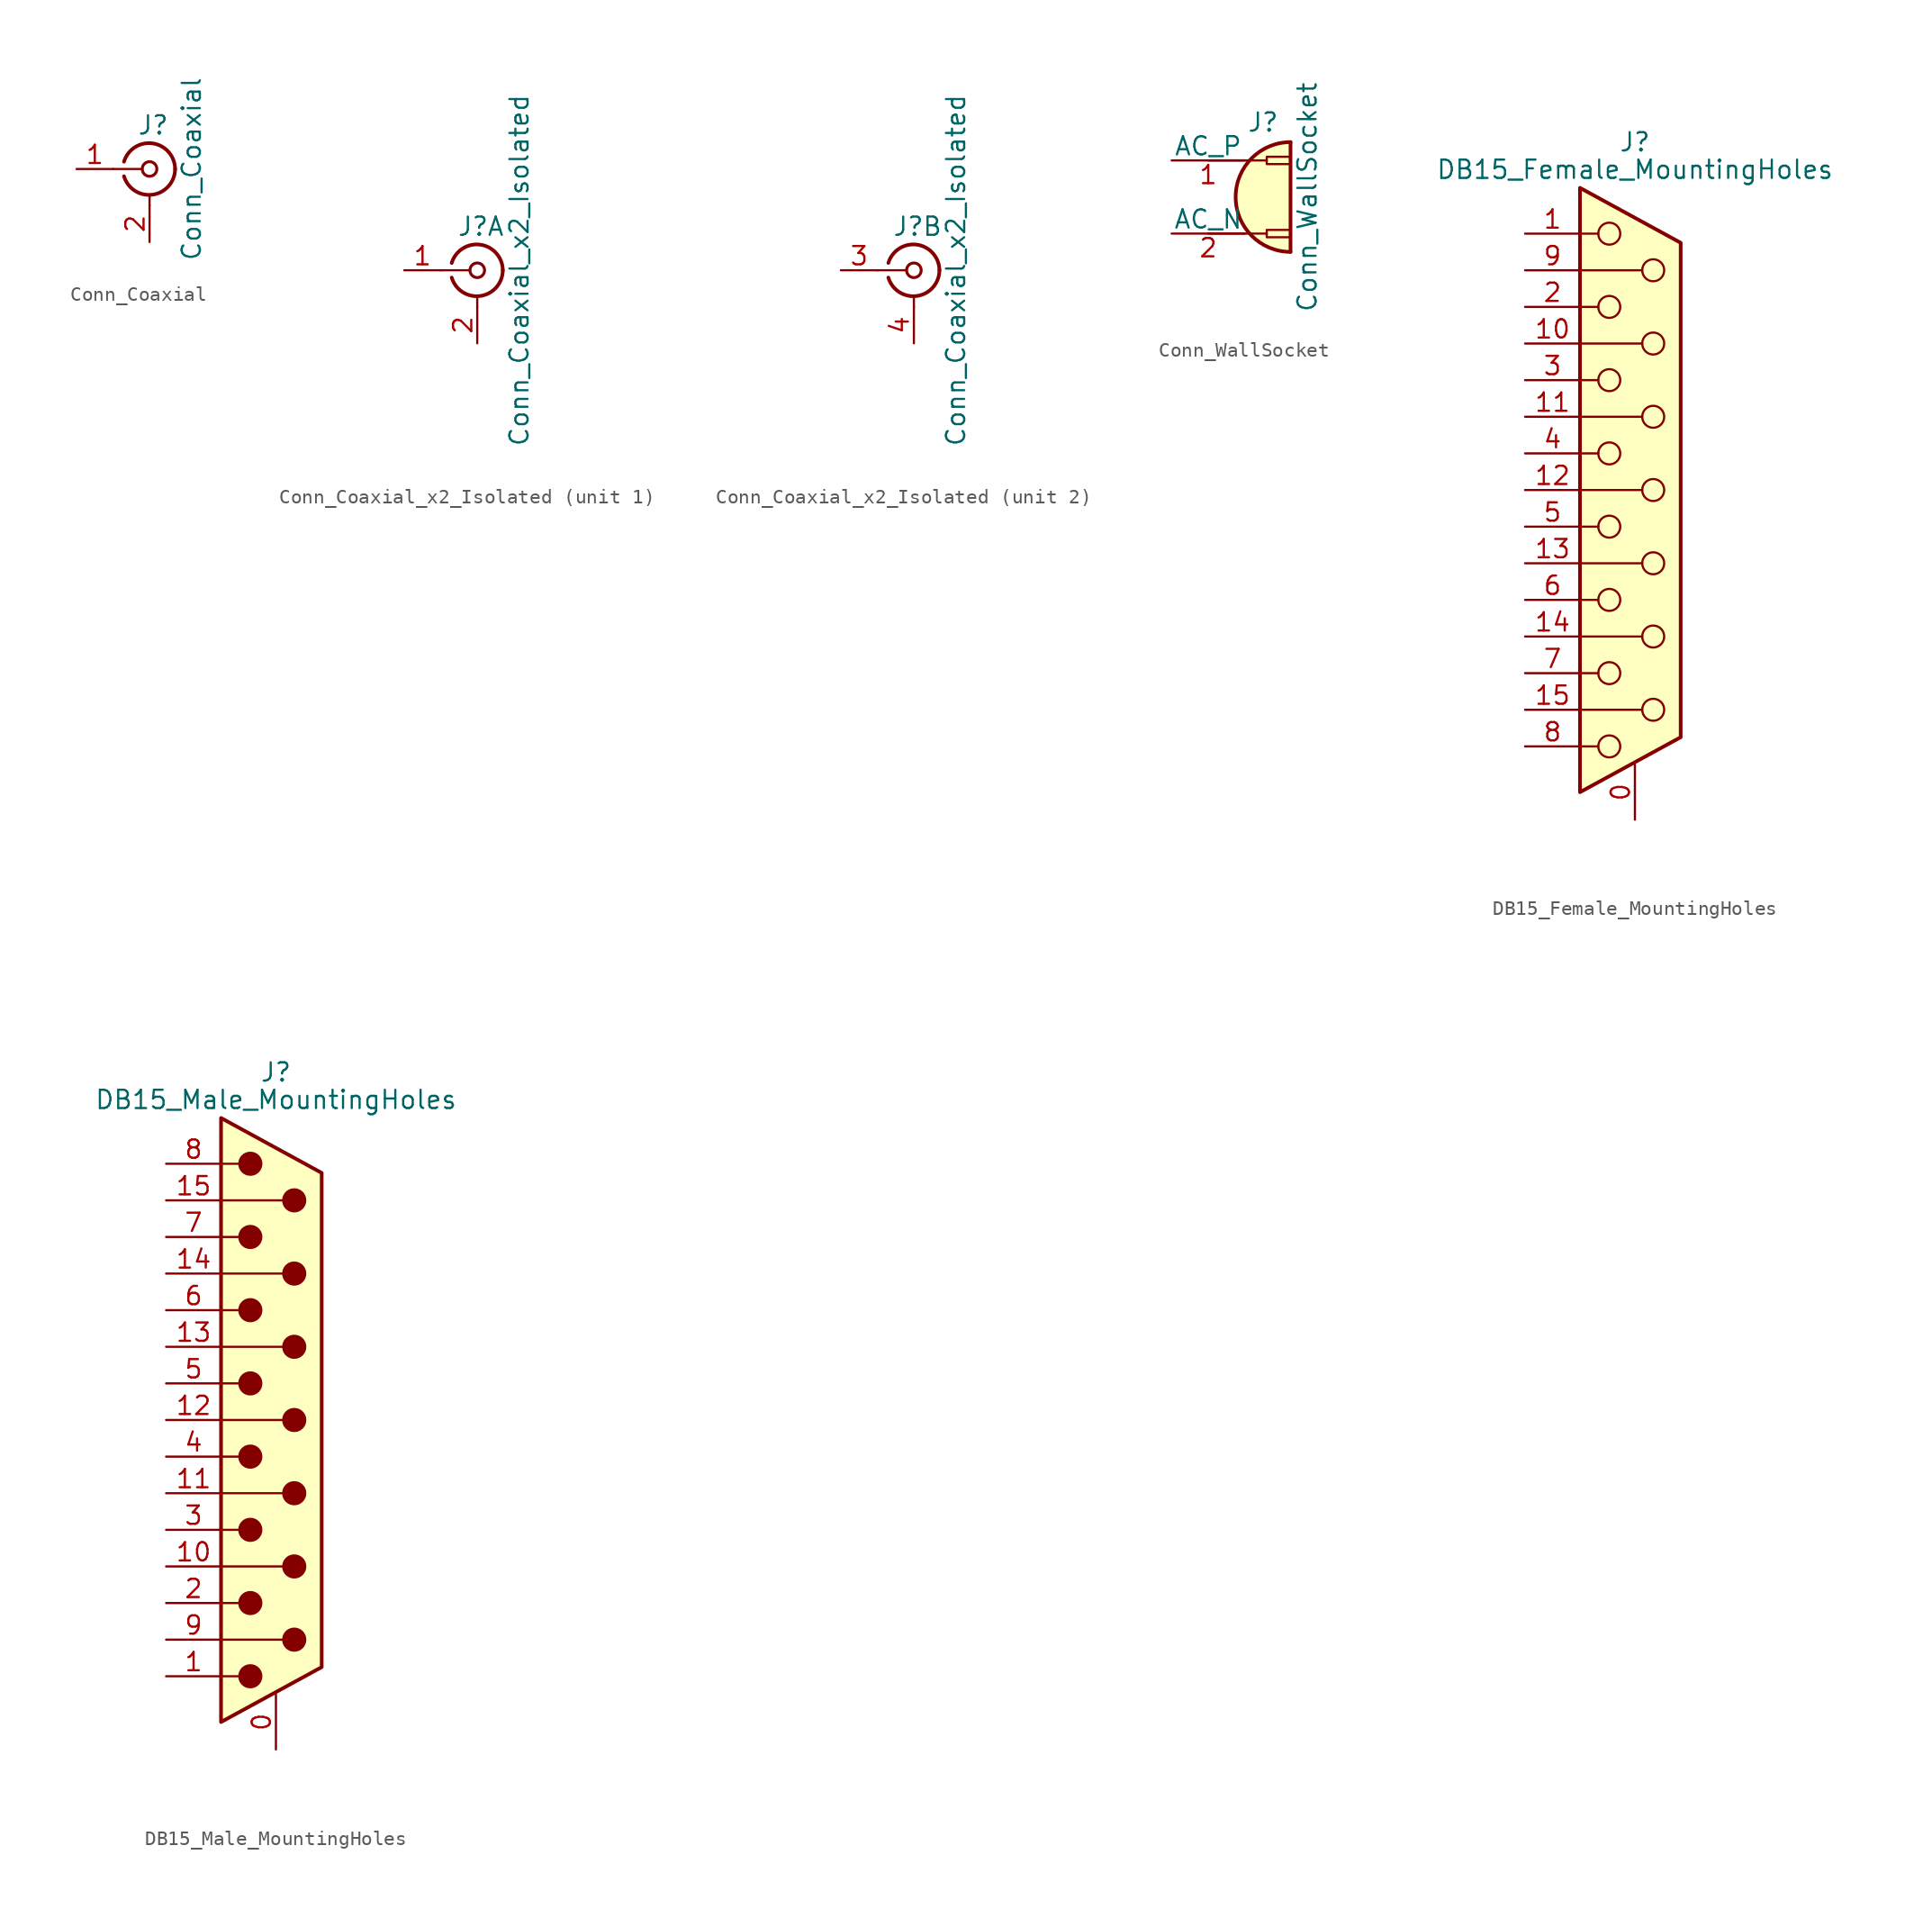
<source format=kicad_sym>
(kicad_symbol_lib
  (version 20201005)
  (generator kicad_symbol_editor)
  (symbol "Conn_Coaxial"
    (pin_names
      (offset 1.016) hide)
    (property "Reference" "J"
      (at 0.254 3.048 0)
      (effects (font (size 1.27 1.27))))
    (property "Value" "Conn_Coaxial"
      (at 2.921 0 90)
      (effects (font (size 1.27 1.27))))
    (symbol "Conn_Coaxial_0_1"
      (arc (start -1.778 0.508) (end 1.778 0) (radius (at -0.0508 0) (length 1.8034) (angles 163.6 0)) (stroke (width 0.254)) (fill (type none)))
      (arc (start 1.778 0) (end -1.778 -0.508) (radius (at -0.0254 0) (length 1.8034) (angles 0 -163.8)) (stroke (width 0.254)) (fill (type none)))
      (circle (center 0 0) (radius 0.508) (stroke (width 0.203)) (fill (type none)))
      (polyline (pts (xy -2.54 0) (xy -0.508 0)) (stroke (width 0)) (fill (type none)))
      (polyline (pts (xy 0 -2.54) (xy 0 -1.778)) (stroke (width 0)) (fill (type none))))
    (symbol "Conn_Coaxial_1_1"
      (pin passive line (at -5.08 0 0) (length 2.54) (name "In" (effects (font (size 1.27 1.27)))) (number "1" (effects (font (size 1.27 1.27)))))
      (pin passive line (at 0 -5.08 90) (length 2.54) (name "Ext" (effects (font (size 1.27 1.27)))) (number "2" (effects (font (size 1.27 1.27)))))))
  (symbol "Conn_Coaxial_x2_Isolated"
    (pin_names
      (offset 1.016) hide)
    (property "Reference" "J"
      (at 0.254 3.048 0)
      (effects (font (size 1.27 1.27))))
    (property "Value" "Conn_Coaxial_x2_Isolated"
      (at 2.921 0 90)
      (effects (font (size 1.27 1.27))))
    (symbol "Conn_Coaxial_x2_Isolated_0_1"
      (arc (start -1.778 0.508) (end 1.778 0) (radius (at -0.0508 0) (length 1.8034) (angles 163.6 0)) (stroke (width 0.254)) (fill (type none)))
      (arc (start 1.778 0) (end -1.778 -0.508) (radius (at -0.0254 0) (length 1.8034) (angles 0 -163.8)) (stroke (width 0.254)) (fill (type none)))
      (circle (center 0 0) (radius 0.508) (stroke (width 0.203)) (fill (type none)))
      (polyline (pts (xy -2.54 0) (xy -0.508 0)) (stroke (width 0)) (fill (type none)))
      (polyline (pts (xy 0 -2.54) (xy 0 -1.778)) (stroke (width 0)) (fill (type none))))
    (symbol "Conn_Coaxial_x2_Isolated_1_1"
      (pin passive line (at -5.08 0 0) (length 2.54) (name "In1" (effects (font (size 1.27 1.27)))) (number "1" (effects (font (size 1.27 1.27)))))
      (pin passive line (at 0 -5.08 90) (length 2.54) (name "Ext1" (effects (font (size 1.27 1.27)))) (number "2" (effects (font (size 1.27 1.27))))))
    (symbol "Conn_Coaxial_x2_Isolated_2_1"
      (pin passive line (at -5.08 0 0) (length 2.54) (name "In2" (effects (font (size 1.27 1.27)))) (number "3" (effects (font (size 1.27 1.27)))))
      (pin passive line (at 0 -5.08 90) (length 2.54) (name "Ext2" (effects (font (size 1.27 1.27)))) (number "4" (effects (font (size 1.27 1.27)))))))
  (symbol "Conn_WallSocket"
    (pin_names
      (offset 0))
    (property "Reference" "J"
      (at 1.27 4.445 0)
      (effects (font (size 1.27 1.27)) (justify bottom)))
    (property "Value" "Conn_WallSocket"
      (at 5.08 0 90)
      (effects (font (size 1.27 1.27)) (justify bottom)))
    (symbol "Conn_WallSocket_0_1"
      (arc (start 3.175 3.81) (end 3.175 -3.81) (radius (at 3.175 0) (length 3.81) (angles 90.1 -90.1)) (stroke (width 0.254)) (fill (type background)))
      (rectangle (start 3.175 -2.794) (end 1.524 -2.286) (stroke (width 0)) (fill (type none)))
      (rectangle (start 3.175 2.286) (end 1.524 2.794) (stroke (width 0)) (fill (type none)))
      (polyline (pts (xy 1.524 -2.54) (xy -2.54 -2.54)) (stroke (width 0)) (fill (type none)))
      (polyline (pts (xy 1.524 2.54) (xy -2.54 2.54)) (stroke (width 0)) (fill (type none)))
      (polyline (pts (xy 3.175 -3.81) (xy 3.175 3.81)) (stroke (width 0.254)) (fill (type none))))
    (symbol "Conn_WallSocket_1_1"
      (pin power_in line (at -5.08 2.54 0) (length 5.08) (name "AC_P" (effects (font (size 1.27 1.27)))) (number "1" (effects (font (size 1.27 1.27)))))
      (pin power_in line (at -5.08 -2.54 0) (length 5.08) (name "AC_N" (effects (font (size 1.27 1.27)))) (number "2" (effects (font (size 1.27 1.27)))))))
  (symbol "DB15_Female_MountingHoles"
    (pin_names
      (offset 1.016) hide)
    (property "Reference" "J"
      (at 0 24.13 0)
      (effects (font (size 1.27 1.27))))
    (property "Value" "DB15_Female_MountingHoles"
      (at 0 22.225 0)
      (effects (font (size 1.27 1.27))))
    (symbol "DB15_Female_MountingHoles_0_1"
      (circle (center -1.778 -17.78) (radius 0.762) (stroke (width 0)) (fill (type none)))
      (circle (center -1.778 -12.7) (radius 0.762) (stroke (width 0)) (fill (type none)))
      (circle (center -1.778 -7.62) (radius 0.762) (stroke (width 0)) (fill (type none)))
      (circle (center -1.778 -2.54) (radius 0.762) (stroke (width 0)) (fill (type none)))
      (circle (center -1.778 2.54) (radius 0.762) (stroke (width 0)) (fill (type none)))
      (circle (center -1.778 7.62) (radius 0.762) (stroke (width 0)) (fill (type none)))
      (circle (center -1.778 12.7) (radius 0.762) (stroke (width 0)) (fill (type none)))
      (circle (center -1.778 17.78) (radius 0.762) (stroke (width 0)) (fill (type none)))
      (circle (center 1.27 -15.24) (radius 0.762) (stroke (width 0)) (fill (type none)))
      (circle (center 1.27 -10.16) (radius 0.762) (stroke (width 0)) (fill (type none)))
      (circle (center 1.27 -5.08) (radius 0.762) (stroke (width 0)) (fill (type none)))
      (circle (center 1.27 0) (radius 0.762) (stroke (width 0)) (fill (type none)))
      (circle (center 1.27 5.08) (radius 0.762) (stroke (width 0)) (fill (type none)))
      (circle (center 1.27 10.16) (radius 0.762) (stroke (width 0)) (fill (type none)))
      (circle (center 1.27 15.24) (radius 0.762) (stroke (width 0)) (fill (type none)))
      (polyline (pts (xy -3.81 -17.78) (xy -2.54 -17.78)) (stroke (width 0)) (fill (type none)))
      (polyline (pts (xy -3.81 -15.24) (xy 0.508 -15.24)) (stroke (width 0)) (fill (type none)))
      (polyline (pts (xy -3.81 -12.7) (xy -2.54 -12.7)) (stroke (width 0)) (fill (type none)))
      (polyline (pts (xy -3.81 -10.16) (xy 0.508 -10.16)) (stroke (width 0)) (fill (type none)))
      (polyline (pts (xy -3.81 -7.62) (xy -2.54 -7.62)) (stroke (width 0)) (fill (type none)))
      (polyline (pts (xy -3.81 -5.08) (xy 0.508 -5.08)) (stroke (width 0)) (fill (type none)))
      (polyline (pts (xy -3.81 -2.54) (xy -2.54 -2.54)) (stroke (width 0)) (fill (type none)))
      (polyline (pts (xy -3.81 0) (xy 0.508 0)) (stroke (width 0)) (fill (type none)))
      (polyline (pts (xy -3.81 2.54) (xy -2.54 2.54)) (stroke (width 0)) (fill (type none)))
      (polyline (pts (xy -3.81 5.08) (xy 0.508 5.08)) (stroke (width 0)) (fill (type none)))
      (polyline (pts (xy -3.81 7.62) (xy -2.54 7.62)) (stroke (width 0)) (fill (type none)))
      (polyline (pts (xy -3.81 10.16) (xy 0.508 10.16)) (stroke (width 0)) (fill (type none)))
      (polyline (pts (xy -3.81 12.7) (xy -2.54 12.7)) (stroke (width 0)) (fill (type none)))
      (polyline (pts (xy -3.81 15.24) (xy 0.508 15.24)) (stroke (width 0)) (fill (type none)))
      (polyline (pts (xy -3.81 17.78) (xy -2.54 17.78)) (stroke (width 0)) (fill (type none)))
      (polyline (pts (xy -3.81 20.955) (xy 3.175 17.145) (xy 3.175 -17.145) (xy -3.81 -20.955) (xy -3.81 20.955)) (stroke (width 0.254)) (fill (type background))))
    (symbol "DB15_Female_MountingHoles_1_1"
      (pin passive line (at 0 -22.86 90) (length 3.81) (name "PAD" (effects (font (size 1.27 1.27)))) (number "0" (effects (font (size 1.27 1.27)))))
      (pin passive line (at -7.62 17.78 0) (length 3.81) (name "1" (effects (font (size 1.27 1.27)))) (number "1" (effects (font (size 1.27 1.27)))))
      (pin passive line (at -7.62 10.16 0) (length 3.81) (name "P10" (effects (font (size 1.27 1.27)))) (number "10" (effects (font (size 1.27 1.27)))))
      (pin passive line (at -7.62 5.08 0) (length 3.81) (name "P111" (effects (font (size 1.27 1.27)))) (number "11" (effects (font (size 1.27 1.27)))))
      (pin passive line (at -7.62 0 0) (length 3.81) (name "P12" (effects (font (size 1.27 1.27)))) (number "12" (effects (font (size 1.27 1.27)))))
      (pin passive line (at -7.62 -5.08 0) (length 3.81) (name "P13" (effects (font (size 1.27 1.27)))) (number "13" (effects (font (size 1.27 1.27)))))
      (pin passive line (at -7.62 -10.16 0) (length 3.81) (name "P14" (effects (font (size 1.27 1.27)))) (number "14" (effects (font (size 1.27 1.27)))))
      (pin passive line (at -7.62 -15.24 0) (length 3.81) (name "P15" (effects (font (size 1.27 1.27)))) (number "15" (effects (font (size 1.27 1.27)))))
      (pin passive line (at -7.62 12.7 0) (length 3.81) (name "2" (effects (font (size 1.27 1.27)))) (number "2" (effects (font (size 1.27 1.27)))))
      (pin passive line (at -7.62 7.62 0) (length 3.81) (name "3" (effects (font (size 1.27 1.27)))) (number "3" (effects (font (size 1.27 1.27)))))
      (pin passive line (at -7.62 2.54 0) (length 3.81) (name "4" (effects (font (size 1.27 1.27)))) (number "4" (effects (font (size 1.27 1.27)))))
      (pin passive line (at -7.62 -2.54 0) (length 3.81) (name "5" (effects (font (size 1.27 1.27)))) (number "5" (effects (font (size 1.27 1.27)))))
      (pin passive line (at -7.62 -7.62 0) (length 3.81) (name "6" (effects (font (size 1.27 1.27)))) (number "6" (effects (font (size 1.27 1.27)))))
      (pin passive line (at -7.62 -12.7 0) (length 3.81) (name "7" (effects (font (size 1.27 1.27)))) (number "7" (effects (font (size 1.27 1.27)))))
      (pin passive line (at -7.62 -17.78 0) (length 3.81) (name "8" (effects (font (size 1.27 1.27)))) (number "8" (effects (font (size 1.27 1.27)))))
      (pin passive line (at -7.62 15.24 0) (length 3.81) (name "P9" (effects (font (size 1.27 1.27)))) (number "9" (effects (font (size 1.27 1.27)))))))
  (symbol "DB15_Male_MountingHoles"
    (pin_names
      (offset 1.016) hide)
    (property "Reference" "J"
      (at 0 24.13 0)
      (effects (font (size 1.27 1.27))))
    (property "Value" "DB15_Male_MountingHoles"
      (at 0 22.225 0)
      (effects (font (size 1.27 1.27))))
    (symbol "DB15_Male_MountingHoles_0_1"
      (circle (center -1.778 -17.78) (radius 0.762) (stroke (width 0)) (fill (type outline)))
      (circle (center -1.778 -12.7) (radius 0.762) (stroke (width 0)) (fill (type outline)))
      (circle (center -1.778 -7.62) (radius 0.762) (stroke (width 0)) (fill (type outline)))
      (circle (center -1.778 -2.54) (radius 0.762) (stroke (width 0)) (fill (type outline)))
      (circle (center -1.778 2.54) (radius 0.762) (stroke (width 0)) (fill (type outline)))
      (circle (center -1.778 7.62) (radius 0.762) (stroke (width 0)) (fill (type outline)))
      (circle (center -1.778 12.7) (radius 0.762) (stroke (width 0)) (fill (type outline)))
      (circle (center -1.778 17.78) (radius 0.762) (stroke (width 0)) (fill (type outline)))
      (circle (center 1.27 -15.24) (radius 0.762) (stroke (width 0)) (fill (type outline)))
      (circle (center 1.27 -10.16) (radius 0.762) (stroke (width 0)) (fill (type outline)))
      (circle (center 1.27 -5.08) (radius 0.762) (stroke (width 0)) (fill (type outline)))
      (circle (center 1.27 0) (radius 0.762) (stroke (width 0)) (fill (type outline)))
      (circle (center 1.27 5.08) (radius 0.762) (stroke (width 0)) (fill (type outline)))
      (circle (center 1.27 10.16) (radius 0.762) (stroke (width 0)) (fill (type outline)))
      (circle (center 1.27 15.24) (radius 0.762) (stroke (width 0)) (fill (type outline)))
      (polyline (pts (xy -3.81 -17.78) (xy -2.54 -17.78)) (stroke (width 0)) (fill (type none)))
      (polyline (pts (xy -3.81 -15.24) (xy 0.508 -15.24)) (stroke (width 0)) (fill (type none)))
      (polyline (pts (xy -3.81 -12.7) (xy -2.54 -12.7)) (stroke (width 0)) (fill (type none)))
      (polyline (pts (xy -3.81 -10.16) (xy 0.508 -10.16)) (stroke (width 0)) (fill (type none)))
      (polyline (pts (xy -3.81 -7.62) (xy -2.54 -7.62)) (stroke (width 0)) (fill (type none)))
      (polyline (pts (xy -3.81 -5.08) (xy 0.508 -5.08)) (stroke (width 0)) (fill (type none)))
      (polyline (pts (xy -3.81 -2.54) (xy -2.54 -2.54)) (stroke (width 0)) (fill (type none)))
      (polyline (pts (xy -3.81 0) (xy 0.508 0)) (stroke (width 0)) (fill (type none)))
      (polyline (pts (xy -3.81 2.54) (xy -2.54 2.54)) (stroke (width 0)) (fill (type none)))
      (polyline (pts (xy -3.81 5.08) (xy 0.508 5.08)) (stroke (width 0)) (fill (type none)))
      (polyline (pts (xy -3.81 7.62) (xy -2.54 7.62)) (stroke (width 0)) (fill (type none)))
      (polyline (pts (xy -3.81 10.16) (xy 0.508 10.16)) (stroke (width 0)) (fill (type none)))
      (polyline (pts (xy -3.81 12.7) (xy -2.54 12.7)) (stroke (width 0)) (fill (type none)))
      (polyline (pts (xy -3.81 15.24) (xy 0.508 15.24)) (stroke (width 0)) (fill (type none)))
      (polyline (pts (xy -3.81 17.78) (xy -2.54 17.78)) (stroke (width 0)) (fill (type none)))
      (polyline (pts (xy -3.81 -20.955) (xy 3.175 -17.145) (xy 3.175 17.145) (xy -3.81 20.955) (xy -3.81 -20.955)) (stroke (width 0.254)) (fill (type background))))
    (symbol "DB15_Male_MountingHoles_1_1"
      (pin passive line (at 0 -22.86 90) (length 3.81) (name "PAD" (effects (font (size 1.27 1.27)))) (number "0" (effects (font (size 1.27 1.27)))))
      (pin passive line (at -7.62 -17.78 0) (length 3.81) (name "1" (effects (font (size 1.27 1.27)))) (number "1" (effects (font (size 1.27 1.27)))))
      (pin passive line (at -7.62 -10.16 0) (length 3.81) (name "P10" (effects (font (size 1.27 1.27)))) (number "10" (effects (font (size 1.27 1.27)))))
      (pin passive line (at -7.62 -5.08 0) (length 3.81) (name "P111" (effects (font (size 1.27 1.27)))) (number "11" (effects (font (size 1.27 1.27)))))
      (pin passive line (at -7.62 0 0) (length 3.81) (name "P12" (effects (font (size 1.27 1.27)))) (number "12" (effects (font (size 1.27 1.27)))))
      (pin passive line (at -7.62 5.08 0) (length 3.81) (name "P13" (effects (font (size 1.27 1.27)))) (number "13" (effects (font (size 1.27 1.27)))))
      (pin passive line (at -7.62 10.16 0) (length 3.81) (name "P14" (effects (font (size 1.27 1.27)))) (number "14" (effects (font (size 1.27 1.27)))))
      (pin passive line (at -7.62 15.24 0) (length 3.81) (name "P15" (effects (font (size 1.27 1.27)))) (number "15" (effects (font (size 1.27 1.27)))))
      (pin passive line (at -7.62 -12.7 0) (length 3.81) (name "2" (effects (font (size 1.27 1.27)))) (number "2" (effects (font (size 1.27 1.27)))))
      (pin passive line (at -7.62 -7.62 0) (length 3.81) (name "3" (effects (font (size 1.27 1.27)))) (number "3" (effects (font (size 1.27 1.27)))))
      (pin passive line (at -7.62 -2.54 0) (length 3.81) (name "4" (effects (font (size 1.27 1.27)))) (number "4" (effects (font (size 1.27 1.27)))))
      (pin passive line (at -7.62 2.54 0) (length 3.81) (name "5" (effects (font (size 1.27 1.27)))) (number "5" (effects (font (size 1.27 1.27)))))
      (pin passive line (at -7.62 7.62 0) (length 3.81) (name "6" (effects (font (size 1.27 1.27)))) (number "6" (effects (font (size 1.27 1.27)))))
      (pin passive line (at -7.62 12.7 0) (length 3.81) (name "7" (effects (font (size 1.27 1.27)))) (number "7" (effects (font (size 1.27 1.27)))))
      (pin passive line (at -7.62 17.78 0) (length 3.81) (name "8" (effects (font (size 1.27 1.27)))) (number "8" (effects (font (size 1.27 1.27)))))
      (pin passive line (at -7.62 -15.24 0) (length 3.81) (name "P9" (effects (font (size 1.27 1.27)))) (number "9" (effects (font (size 1.27 1.27))))))))
</source>
